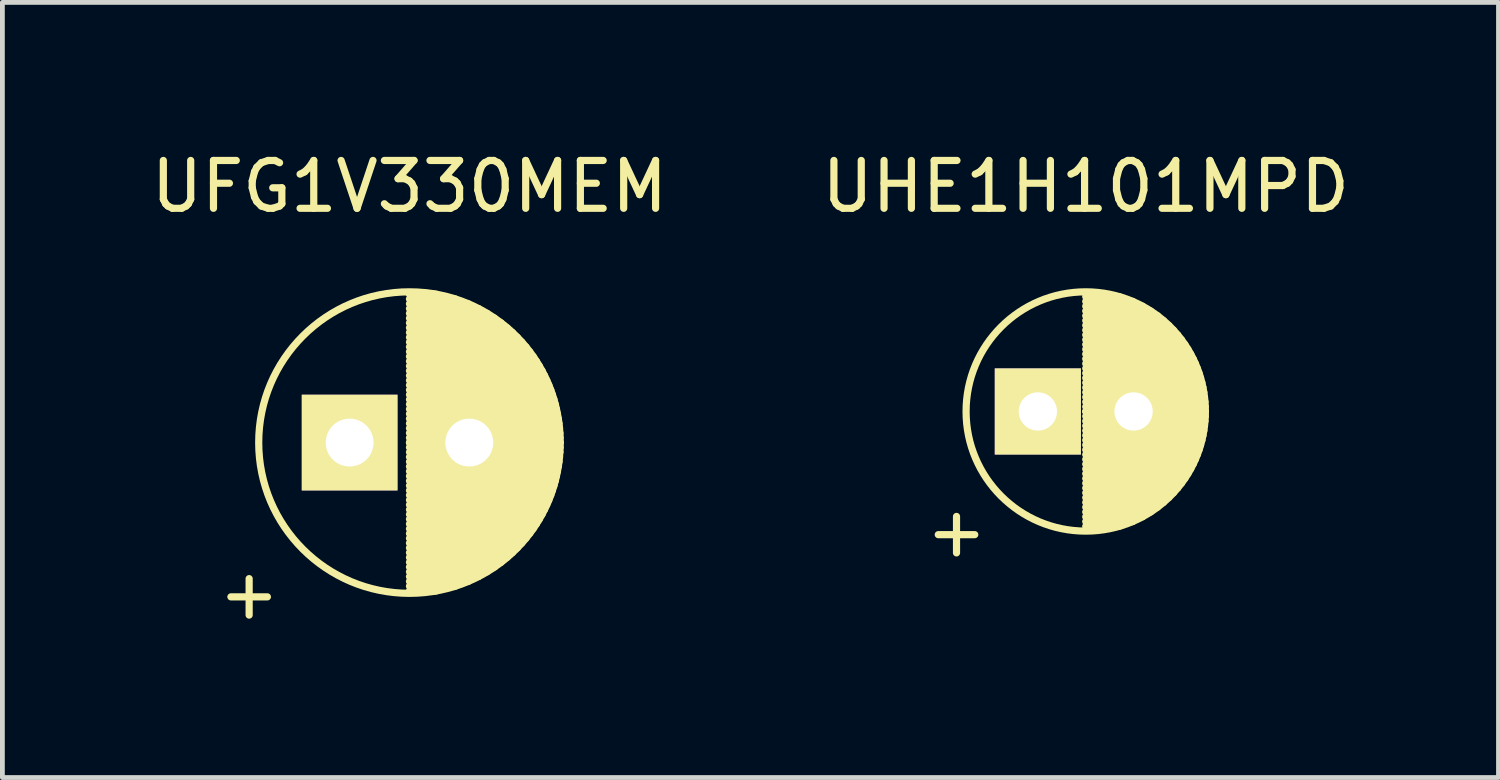
<source format=kicad_pcb>
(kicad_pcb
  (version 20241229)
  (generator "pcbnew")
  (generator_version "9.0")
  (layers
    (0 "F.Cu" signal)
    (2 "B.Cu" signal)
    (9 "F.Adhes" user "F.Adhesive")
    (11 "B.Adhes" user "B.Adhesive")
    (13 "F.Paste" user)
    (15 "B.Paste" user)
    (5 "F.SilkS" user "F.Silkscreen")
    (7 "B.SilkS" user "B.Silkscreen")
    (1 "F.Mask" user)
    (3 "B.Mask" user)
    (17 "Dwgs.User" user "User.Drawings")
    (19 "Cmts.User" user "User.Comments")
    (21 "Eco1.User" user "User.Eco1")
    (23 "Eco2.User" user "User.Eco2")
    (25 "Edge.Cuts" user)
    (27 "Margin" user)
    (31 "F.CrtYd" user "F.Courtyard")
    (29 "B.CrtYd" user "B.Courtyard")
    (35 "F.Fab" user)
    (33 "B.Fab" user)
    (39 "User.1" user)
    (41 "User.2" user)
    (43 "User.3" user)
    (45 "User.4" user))
  (footprint "UFG1V330MEM"
    (layer "F.Cu")
    (at 4.256 6.198)
    (property "Reference" "UFG1V330MEM" (at 1.25 -5.35 0) (layer "F.SilkS") (effects (font (size 1 1) (thickness 0.15))))
    (attr through_hole)
    (fp_line (start 1.25 -3.1) (end 1.809 -3.1) (stroke (width 0.15) (type solid)) (layer "F.SilkS"))
    (fp_line (start 1.25 -3) (end 2.21 -3) (stroke (width 0.15) (type solid)) (layer "F.SilkS"))
    (fp_line (start 1.25 -2.9) (end 2.48 -2.9) (stroke (width 0.15) (type solid)) (layer "F.SilkS"))
    (fp_line (start 1.25 -2.8) (end 2.693 -2.8) (stroke (width 0.15) (type solid)) (layer "F.SilkS"))
    (fp_line (start 1.25 -2.7) (end 2.872 -2.7) (stroke (width 0.15) (type solid)) (layer "F.SilkS"))
    (fp_line (start 1.25 -2.6) (end 3.028 -2.6) (stroke (width 0.15) (type solid)) (layer "F.SilkS"))
    (fp_line (start 1.25 -2.5) (end 3.166 -2.5) (stroke (width 0.15) (type solid)) (layer "F.SilkS"))
    (fp_line (start 1.25 -2.4) (end 3.29 -2.4) (stroke (width 0.15) (type solid)) (layer "F.SilkS"))
    (fp_line (start 1.25 -2.3) (end 3.402 -2.3) (stroke (width 0.15) (type solid)) (layer "F.SilkS"))
    (fp_line (start 1.25 -2.2) (end 3.504 -2.2) (stroke (width 0.15) (type solid)) (layer "F.SilkS"))
    (fp_line (start 1.25 -2.1) (end 3.598 -2.1) (stroke (width 0.15) (type solid)) (layer "F.SilkS"))
    (fp_line (start 1.25 -2) (end 3.684 -2) (stroke (width 0.15) (type solid)) (layer "F.SilkS"))
    (fp_line (start 1.25 -1.9) (end 3.762 -1.9) (stroke (width 0.15) (type solid)) (layer "F.SilkS"))
    (fp_line (start 1.25 -1.8) (end 3.835 -1.8) (stroke (width 0.15) (type solid)) (layer "F.SilkS"))
    (fp_line (start 1.25 -1.7) (end 3.902 -1.7) (stroke (width 0.15) (type solid)) (layer "F.SilkS"))
    (fp_line (start 1.25 -1.6) (end 3.963 -1.6) (stroke (width 0.15) (type solid)) (layer "F.SilkS"))
    (fp_line (start 1.25 -1.5) (end 4.02 -1.5) (stroke (width 0.15) (type solid)) (layer "F.SilkS"))
    (fp_line (start 1.25 -1.4) (end 4.072 -1.4) (stroke (width 0.15) (type solid)) (layer "F.SilkS"))
    (fp_line (start 1.25 -1.3) (end 4.119 -1.3) (stroke (width 0.15) (type solid)) (layer "F.SilkS"))
    (fp_line (start 1.25 -1.2) (end 4.162 -1.2) (stroke (width 0.15) (type solid)) (layer "F.SilkS"))
    (fp_line (start 1.25 -1.1) (end 4.202 -1.1) (stroke (width 0.15) (type solid)) (layer "F.SilkS"))
    (fp_line (start 1.25 -1) (end 4.237 -1) (stroke (width 0.15) (type solid)) (layer "F.SilkS"))
    (fp_line (start 1.25 -0.9) (end 4.269 -0.9) (stroke (width 0.15) (type solid)) (layer "F.SilkS"))
    (fp_line (start 1.25 -0.8) (end 4.297 -0.8) (stroke (width 0.15) (type solid)) (layer "F.SilkS"))
    (fp_line (start 1.25 -0.7) (end 4.321 -0.7) (stroke (width 0.15) (type solid)) (layer "F.SilkS"))
    (fp_line (start 1.25 -0.6) (end 4.342 -0.6) (stroke (width 0.15) (type solid)) (layer "F.SilkS"))
    (fp_line (start 1.25 -0.5) (end 4.36 -0.5) (stroke (width 0.15) (type solid)) (layer "F.SilkS"))
    (fp_line (start 1.25 -0.4) (end 4.375 -0.4) (stroke (width 0.15) (type solid)) (layer "F.SilkS"))
    (fp_line (start 1.25 -0.3) (end 4.386 -0.3) (stroke (width 0.15) (type solid)) (layer "F.SilkS"))
    (fp_line (start 1.25 -0.2) (end 4.394 -0.2) (stroke (width 0.15) (type solid)) (layer "F.SilkS"))
    (fp_line (start 1.25 -0.1) (end 4.398 -0.1) (stroke (width 0.15) (type solid)) (layer "F.SilkS"))
    (fp_line (start 1.25 0) (end 4.4 0) (stroke (width 0.15) (type solid)) (layer "F.SilkS"))
    (fp_line (start 1.25 0) (end 4.4 0) (stroke (width 0.15) (type solid)) (layer "F.SilkS"))
    (fp_line (start 1.25 0.1) (end 4.398 0.1) (stroke (width 0.15) (type solid)) (layer "F.SilkS"))
    (fp_line (start 1.25 0.2) (end 4.394 0.2) (stroke (width 0.15) (type solid)) (layer "F.SilkS"))
    (fp_line (start 1.25 0.3) (end 4.386 0.3) (stroke (width 0.15) (type solid)) (layer "F.SilkS"))
    (fp_line (start 1.25 0.4) (end 4.375 0.4) (stroke (width 0.15) (type solid)) (layer "F.SilkS"))
    (fp_line (start 1.25 0.5) (end 4.36 0.5) (stroke (width 0.15) (type solid)) (layer "F.SilkS"))
    (fp_line (start 1.25 0.6) (end 4.342 0.6) (stroke (width 0.15) (type solid)) (layer "F.SilkS"))
    (fp_line (start 1.25 0.7) (end 4.321 0.7) (stroke (width 0.15) (type solid)) (layer "F.SilkS"))
    (fp_line (start 1.25 0.8) (end 4.297 0.8) (stroke (width 0.15) (type solid)) (layer "F.SilkS"))
    (fp_line (start 1.25 0.9) (end 4.269 0.9) (stroke (width 0.15) (type solid)) (layer "F.SilkS"))
    (fp_line (start 1.25 1) (end 4.237 1) (stroke (width 0.15) (type solid)) (layer "F.SilkS"))
    (fp_line (start 1.25 1.1) (end 4.202 1.1) (stroke (width 0.15) (type solid)) (layer "F.SilkS"))
    (fp_line (start 1.25 1.2) (end 4.162 1.2) (stroke (width 0.15) (type solid)) (layer "F.SilkS"))
    (fp_line (start 1.25 1.3) (end 4.119 1.3) (stroke (width 0.15) (type solid)) (layer "F.SilkS"))
    (fp_line (start 1.25 1.4) (end 4.072 1.4) (stroke (width 0.15) (type solid)) (layer "F.SilkS"))
    (fp_line (start 1.25 1.5) (end 4.02 1.5) (stroke (width 0.15) (type solid)) (layer "F.SilkS"))
    (fp_line (start 1.25 1.6) (end 3.963 1.6) (stroke (width 0.15) (type solid)) (layer "F.SilkS"))
    (fp_line (start 1.25 1.7) (end 3.902 1.7) (stroke (width 0.15) (type solid)) (layer "F.SilkS"))
    (fp_line (start 1.25 1.8) (end 3.835 1.8) (stroke (width 0.15) (type solid)) (layer "F.SilkS"))
    (fp_line (start 1.25 1.9) (end 3.762 1.9) (stroke (width 0.15) (type solid)) (layer "F.SilkS"))
    (fp_line (start 1.25 2) (end 3.684 2) (stroke (width 0.15) (type solid)) (layer "F.SilkS"))
    (fp_line (start 1.25 2.1) (end 3.598 2.1) (stroke (width 0.15) (type solid)) (layer "F.SilkS"))
    (fp_line (start 1.25 2.2) (end 3.504 2.2) (stroke (width 0.15) (type solid)) (layer "F.SilkS"))
    (fp_line (start 1.25 2.3) (end 3.402 2.3) (stroke (width 0.15) (type solid)) (layer "F.SilkS"))
    (fp_line (start 1.25 2.4) (end 3.29 2.4) (stroke (width 0.15) (type solid)) (layer "F.SilkS"))
    (fp_line (start 1.25 2.5) (end 3.166 2.5) (stroke (width 0.15) (type solid)) (layer "F.SilkS"))
    (fp_line (start 1.25 2.6) (end 3.028 2.6) (stroke (width 0.15) (type solid)) (layer "F.SilkS"))
    (fp_line (start 1.25 2.7) (end 2.872 2.7) (stroke (width 0.15) (type solid)) (layer "F.SilkS"))
    (fp_line (start 1.25 2.8) (end 2.693 2.8) (stroke (width 0.15) (type solid)) (layer "F.SilkS"))
    (fp_line (start 1.25 2.9) (end 2.48 2.9) (stroke (width 0.15) (type solid)) (layer "F.SilkS"))
    (fp_line (start 1.25 3) (end 2.21 3) (stroke (width 0.15) (type solid)) (layer "F.SilkS"))
    (fp_line (start 1.25 3.1) (end 1.809 3.1) (stroke (width 0.15) (type solid)) (layer "F.SilkS"))
    (fp_circle (center 1.25 0) (end 1.25 -3.15) (stroke (width 0.15) (type solid)) (fill no) (layer "F.SilkS"))
    (fp_text user "+" (at -2.1 3.15 0) (layer "F.SilkS") (effects (font (size 1 1) (thickness 0.15))))
    (pad "1" thru_hole rect (at 0 0) (size 2 2) (drill 1) (layers "*.Cu" "*.Mask" "F.SilkS"))
    (pad "2" thru_hole circle (at 2.5 0) (size 2 2) (drill 1) (layers "*.Cu" "*.Mask" "F.SilkS")))
  (footprint "UHE1H101MPD"
    (layer "F.Cu")
    (at 18.637 5.548)
    (property "Reference" "UHE1H101MPD" (at 1 -4.7 0) (layer "F.SilkS") (effects (font (size 1 1) (thickness 0.15))))
    (attr through_hole)
    (fp_line (start 1 -2.4) (end 1.7 -2.4) (stroke (width 0.15) (type solid)) (layer "F.SilkS"))
    (fp_line (start 1 -2.3) (end 1.98 -2.3) (stroke (width 0.15) (type solid)) (layer "F.SilkS"))
    (fp_line (start 1 -2.2) (end 2.187 -2.2) (stroke (width 0.15) (type solid)) (layer "F.SilkS"))
    (fp_line (start 1 -2.1) (end 2.356 -2.1) (stroke (width 0.15) (type solid)) (layer "F.SilkS"))
    (fp_line (start 1 -2) (end 2.5 -2) (stroke (width 0.15) (type solid)) (layer "F.SilkS"))
    (fp_line (start 1 -1.9) (end 2.625 -1.9) (stroke (width 0.15) (type solid)) (layer "F.SilkS"))
    (fp_line (start 1 -1.8) (end 2.735 -1.8) (stroke (width 0.15) (type solid)) (layer "F.SilkS"))
    (fp_line (start 1 -1.7) (end 2.833 -1.7) (stroke (width 0.15) (type solid)) (layer "F.SilkS"))
    (fp_line (start 1 -1.6) (end 2.921 -1.6) (stroke (width 0.15) (type solid)) (layer "F.SilkS"))
    (fp_line (start 1 -1.5) (end 3 -1.5) (stroke (width 0.15) (type solid)) (layer "F.SilkS"))
    (fp_line (start 1 -1.4) (end 3.071 -1.4) (stroke (width 0.15) (type solid)) (layer "F.SilkS"))
    (fp_line (start 1 -1.3) (end 3.135 -1.3) (stroke (width 0.15) (type solid)) (layer "F.SilkS"))
    (fp_line (start 1 -1.2) (end 3.193 -1.2) (stroke (width 0.15) (type solid)) (layer "F.SilkS"))
    (fp_line (start 1 -1.1) (end 3.245 -1.1) (stroke (width 0.15) (type solid)) (layer "F.SilkS"))
    (fp_line (start 1 -1) (end 3.291 -1) (stroke (width 0.15) (type solid)) (layer "F.SilkS"))
    (fp_line (start 1 -0.9) (end 3.332 -0.9) (stroke (width 0.15) (type solid)) (layer "F.SilkS"))
    (fp_line (start 1 -0.8) (end 3.369 -0.8) (stroke (width 0.15) (type solid)) (layer "F.SilkS"))
    (fp_line (start 1 -0.7) (end 3.4 -0.7) (stroke (width 0.15) (type solid)) (layer "F.SilkS"))
    (fp_line (start 1 -0.6) (end 3.427 -0.6) (stroke (width 0.15) (type solid)) (layer "F.SilkS"))
    (fp_line (start 1 -0.5) (end 3.449 -0.5) (stroke (width 0.15) (type solid)) (layer "F.SilkS"))
    (fp_line (start 1 -0.4) (end 3.468 -0.4) (stroke (width 0.15) (type solid)) (layer "F.SilkS"))
    (fp_line (start 1 -0.3) (end 3.482 -0.3) (stroke (width 0.15) (type solid)) (layer "F.SilkS"))
    (fp_line (start 1 -0.2) (end 3.492 -0.2) (stroke (width 0.15) (type solid)) (layer "F.SilkS"))
    (fp_line (start 1 -0.1) (end 3.498 -0.1) (stroke (width 0.15) (type solid)) (layer "F.SilkS"))
    (fp_line (start 1 0) (end 3.5 0) (stroke (width 0.15) (type solid)) (layer "F.SilkS"))
    (fp_line (start 1 0) (end 3.5 0) (stroke (width 0.15) (type solid)) (layer "F.SilkS"))
    (fp_line (start 1 0.1) (end 3.498 0.1) (stroke (width 0.15) (type solid)) (layer "F.SilkS"))
    (fp_line (start 1 0.2) (end 3.492 0.2) (stroke (width 0.15) (type solid)) (layer "F.SilkS"))
    (fp_line (start 1 0.3) (end 3.482 0.3) (stroke (width 0.15) (type solid)) (layer "F.SilkS"))
    (fp_line (start 1 0.4) (end 3.468 0.4) (stroke (width 0.15) (type solid)) (layer "F.SilkS"))
    (fp_line (start 1 0.5) (end 3.449 0.5) (stroke (width 0.15) (type solid)) (layer "F.SilkS"))
    (fp_line (start 1 0.6) (end 3.427 0.6) (stroke (width 0.15) (type solid)) (layer "F.SilkS"))
    (fp_line (start 1 0.7) (end 3.4 0.7) (stroke (width 0.15) (type solid)) (layer "F.SilkS"))
    (fp_line (start 1 0.8) (end 3.369 0.8) (stroke (width 0.15) (type solid)) (layer "F.SilkS"))
    (fp_line (start 1 0.9) (end 3.332 0.9) (stroke (width 0.15) (type solid)) (layer "F.SilkS"))
    (fp_line (start 1 1) (end 3.291 1) (stroke (width 0.15) (type solid)) (layer "F.SilkS"))
    (fp_line (start 1 1.1) (end 3.245 1.1) (stroke (width 0.15) (type solid)) (layer "F.SilkS"))
    (fp_line (start 1 1.2) (end 3.193 1.2) (stroke (width 0.15) (type solid)) (layer "F.SilkS"))
    (fp_line (start 1 1.3) (end 3.135 1.3) (stroke (width 0.15) (type solid)) (layer "F.SilkS"))
    (fp_line (start 1 1.4) (end 3.071 1.4) (stroke (width 0.15) (type solid)) (layer "F.SilkS"))
    (fp_line (start 1 1.5) (end 3 1.5) (stroke (width 0.15) (type solid)) (layer "F.SilkS"))
    (fp_line (start 1 1.6) (end 2.921 1.6) (stroke (width 0.15) (type solid)) (layer "F.SilkS"))
    (fp_line (start 1 1.7) (end 2.833 1.7) (stroke (width 0.15) (type solid)) (layer "F.SilkS"))
    (fp_line (start 1 1.8) (end 2.735 1.8) (stroke (width 0.15) (type solid)) (layer "F.SilkS"))
    (fp_line (start 1 1.9) (end 2.625 1.9) (stroke (width 0.15) (type solid)) (layer "F.SilkS"))
    (fp_line (start 1 2) (end 2.5 2) (stroke (width 0.15) (type solid)) (layer "F.SilkS"))
    (fp_line (start 1 2.1) (end 2.356 2.1) (stroke (width 0.15) (type solid)) (layer "F.SilkS"))
    (fp_line (start 1 2.2) (end 2.187 2.2) (stroke (width 0.15) (type solid)) (layer "F.SilkS"))
    (fp_line (start 1 2.3) (end 1.98 2.3) (stroke (width 0.15) (type solid)) (layer "F.SilkS"))
    (fp_line (start 1 2.4) (end 1.7 2.4) (stroke (width 0.15) (type solid)) (layer "F.SilkS"))
    (fp_circle (center 1 0) (end 1 -2.5) (stroke (width 0.15) (type solid)) (fill no) (layer "F.SilkS"))
    (fp_text user "+" (at -1.7 2.5 0) (layer "F.SilkS") (effects (font (size 1 1) (thickness 0.15))))
    (pad "1" thru_hole rect (at 0 0) (size 1.8 1.8) (drill 0.8) (layers "*.Cu" "*.Mask" "F.SilkS"))
    (pad "2" thru_hole circle (at 2 0) (size 1.8 1.8) (drill 0.8) (layers "*.Cu" "*.Mask" "F.SilkS")))
  (gr_rect
    (start -3 -3)
    (end 28.262 13.197)
    (stroke (width 0.1) (type default))
    (fill no)
    (layer "Edge.Cuts")))
</source>
